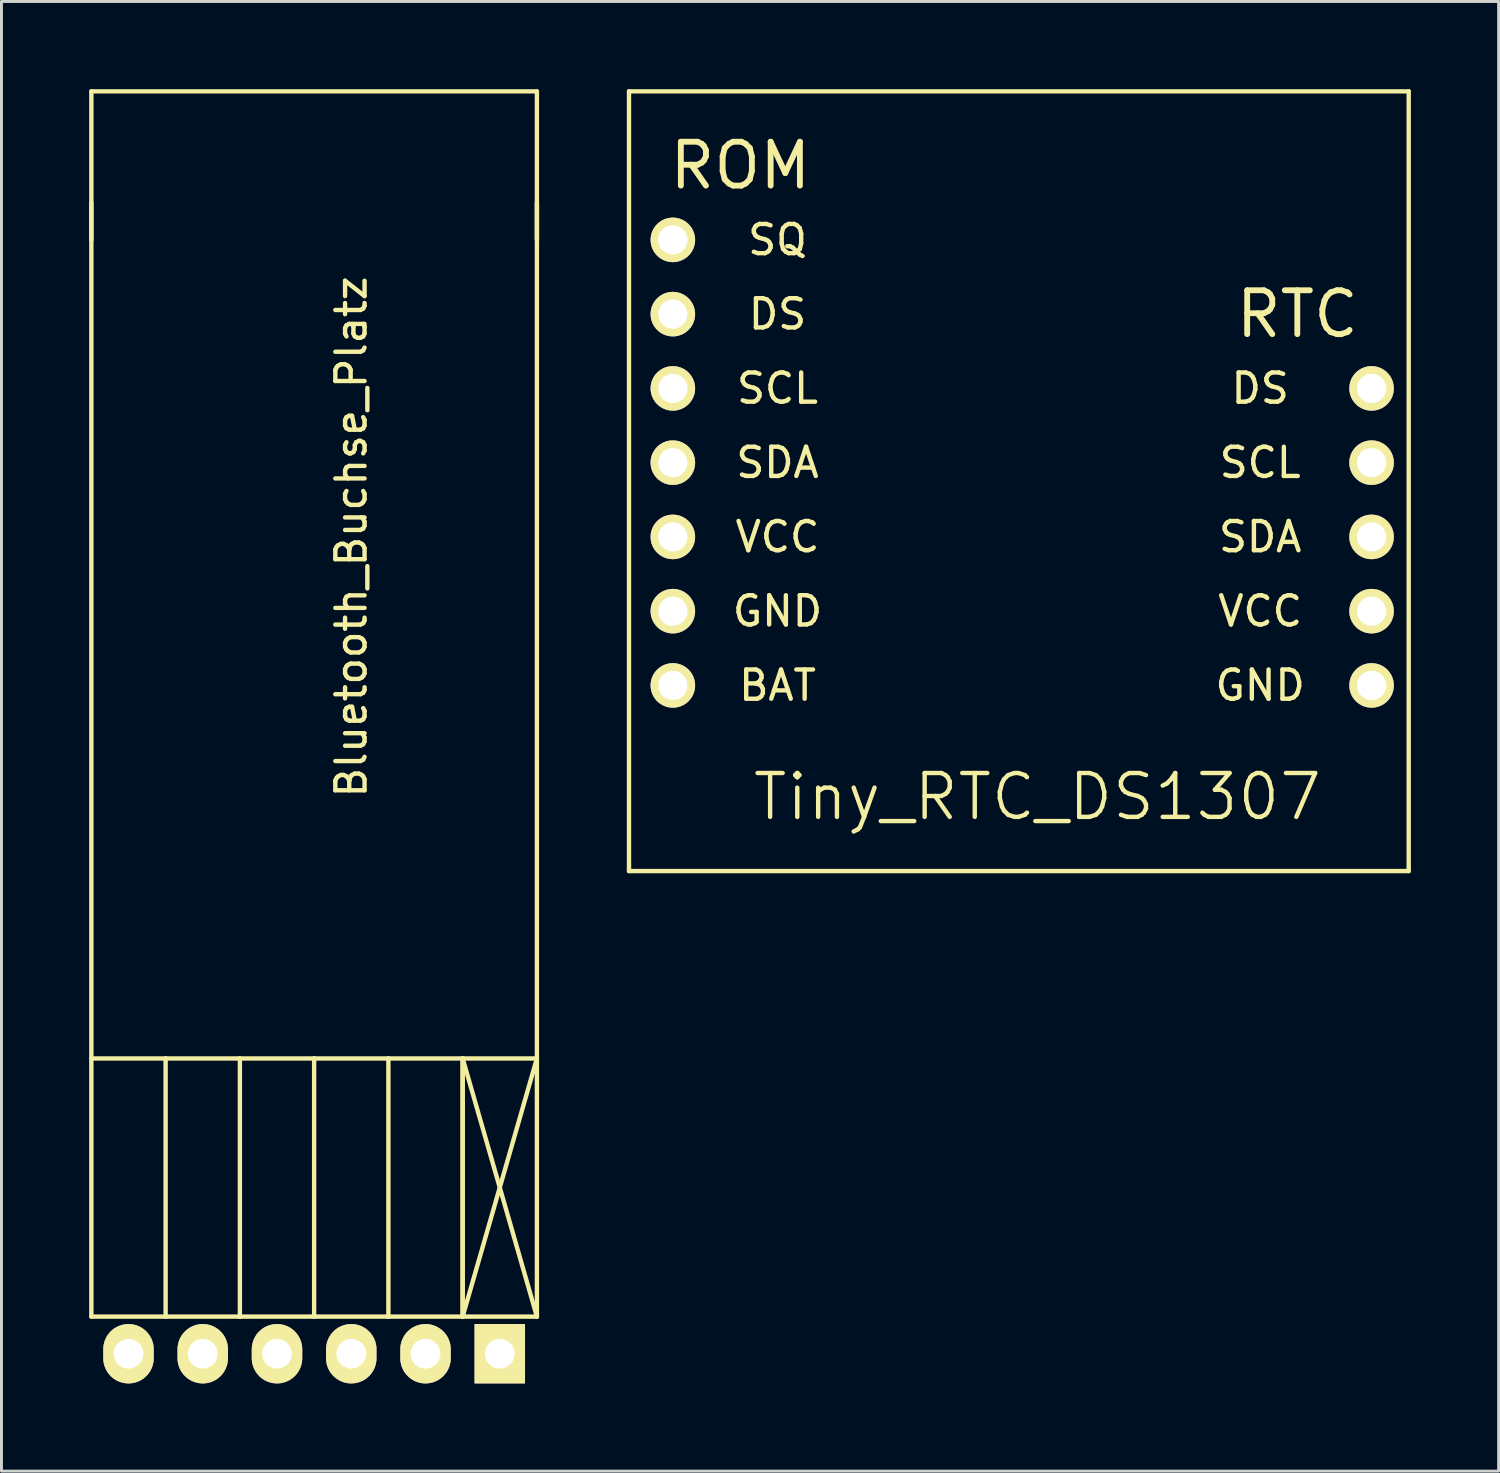
<source format=kicad_pcb>
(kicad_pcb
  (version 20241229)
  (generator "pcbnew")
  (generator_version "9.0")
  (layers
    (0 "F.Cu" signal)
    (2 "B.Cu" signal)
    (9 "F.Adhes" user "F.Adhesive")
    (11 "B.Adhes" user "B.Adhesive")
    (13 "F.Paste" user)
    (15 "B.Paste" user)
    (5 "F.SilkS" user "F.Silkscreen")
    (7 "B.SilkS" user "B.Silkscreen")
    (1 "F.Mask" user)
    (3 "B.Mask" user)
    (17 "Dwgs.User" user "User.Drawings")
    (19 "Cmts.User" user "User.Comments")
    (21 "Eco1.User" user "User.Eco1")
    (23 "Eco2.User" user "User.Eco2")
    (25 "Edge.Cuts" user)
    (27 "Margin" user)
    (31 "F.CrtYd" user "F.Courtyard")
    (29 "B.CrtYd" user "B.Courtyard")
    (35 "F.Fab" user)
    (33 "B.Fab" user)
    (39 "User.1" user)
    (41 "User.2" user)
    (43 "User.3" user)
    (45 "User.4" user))
  (footprint "Bluetooth_Buchse_Platz"
    (layer "F.Cu")
    (at 7.695 43.255)
    (property "Reference" "Bluetooth_Buchse_Platz" (at 1.27 -27.94 90) (layer "F.SilkS") (effects (font (size 1 1) (thickness 0.15))))
    (attr through_hole)
    (fp_line (start -7.62 -43.18) (end -7.62 -38.1) (stroke (width 0.15) (type solid)) (layer "F.SilkS"))
    (fp_line (start -7.62 -10.16) (end -7.62 -39.37) (stroke (width 0.15) (type solid)) (layer "F.SilkS"))
    (fp_line (start -7.62 -10.1) (end -7.62 -1.27) (stroke (width 0.15) (type solid)) (layer "F.SilkS"))
    (fp_line (start -5.08 -10.1) (end -7.62 -10.1) (stroke (width 0.15) (type solid)) (layer "F.SilkS"))
    (fp_line (start -5.08 -10.1) (end -5.08 -1.27) (stroke (width 0.15) (type solid)) (layer "F.SilkS"))
    (fp_line (start -5.08 -1.27) (end -7.62 -1.27) (stroke (width 0.15) (type solid)) (layer "F.SilkS"))
    (fp_line (start -2.54 -10.1) (end -5.08 -10.1) (stroke (width 0.15) (type solid)) (layer "F.SilkS"))
    (fp_line (start -2.54 -10.1) (end -2.54 -1.27) (stroke (width 0.15) (type solid)) (layer "F.SilkS"))
    (fp_line (start -2.54 -1.27) (end -5.08 -1.27) (stroke (width 0.15) (type solid)) (layer "F.SilkS"))
    (fp_line (start 0 -10.1) (end -2.54 -10.1) (stroke (width 0.15) (type solid)) (layer "F.SilkS"))
    (fp_line (start 0 -10.1) (end 0 -1.27) (stroke (width 0.15) (type solid)) (layer "F.SilkS"))
    (fp_line (start 0 -1.27) (end -2.54 -1.27) (stroke (width 0.15) (type solid)) (layer "F.SilkS"))
    (fp_line (start 2.54 -10.1) (end 0 -10.1) (stroke (width 0.15) (type solid)) (layer "F.SilkS"))
    (fp_line (start 2.54 -10.1) (end 2.54 -1.27) (stroke (width 0.15) (type solid)) (layer "F.SilkS"))
    (fp_line (start 2.54 -1.27) (end 0 -1.27) (stroke (width 0.15) (type solid)) (layer "F.SilkS"))
    (fp_line (start 5.08 -10.1) (end 2.54 -10.1) (stroke (width 0.15) (type solid)) (layer "F.SilkS"))
    (fp_line (start 5.08 -10.1) (end 5.08 -1.27) (stroke (width 0.15) (type solid)) (layer "F.SilkS"))
    (fp_line (start 5.08 -1.27) (end 2.54 -1.27) (stroke (width 0.15) (type solid)) (layer "F.SilkS"))
    (fp_line (start 5.08 -1.27) (end 5.08 -10.1) (stroke (width 0.15) (type solid)) (layer "F.SilkS"))
    (fp_line (start 7.62 -43.18) (end -7.62 -43.18) (stroke (width 0.15) (type solid)) (layer "F.SilkS"))
    (fp_line (start 7.62 -39.37) (end 7.62 -10.16) (stroke (width 0.15) (type solid)) (layer "F.SilkS"))
    (fp_line (start 7.62 -38.1) (end 7.62 -43.18) (stroke (width 0.15) (type solid)) (layer "F.SilkS"))
    (fp_line (start 7.62 -10.1) (end 5.08 -10.1) (stroke (width 0.15) (type solid)) (layer "F.SilkS"))
    (fp_line (start 7.62 -10.1) (end 5.08 -1.27) (stroke (width 0.15) (type solid)) (layer "F.SilkS"))
    (fp_line (start 7.62 -1.27) (end 5.08 -10.1) (stroke (width 0.15) (type solid)) (layer "F.SilkS"))
    (fp_line (start 7.62 -1.27) (end 5.08 -1.27) (stroke (width 0.15) (type solid)) (layer "F.SilkS"))
    (fp_line (start 7.62 -1.27) (end 7.62 -10.1) (stroke (width 0.15) (type solid)) (layer "F.SilkS"))
    (pad "1" thru_hole rect (at 6.35 0 180) (size 1.727 2.032) (drill 1.016) (layers "*.Cu" "*.Mask" "F.SilkS"))
    (pad "2" thru_hole oval (at 3.81 0 180) (size 1.727 2.032) (drill 1.016) (layers "*.Cu" "*.Mask" "F.SilkS"))
    (pad "3" thru_hole oval (at 1.27 0 180) (size 1.727 2.032) (drill 1.016) (layers "*.Cu" "*.Mask" "F.SilkS"))
    (pad "4" thru_hole oval (at -1.27 0 180) (size 1.727 2.032) (drill 1.016) (layers "*.Cu" "*.Mask" "F.SilkS"))
    (pad "5" thru_hole oval (at -3.81 0 180) (size 1.727 2.032) (drill 1.016) (layers "*.Cu" "*.Mask" "F.SilkS"))
    (pad "6" thru_hole oval (at -6.35 0 180) (size 1.727 2.032) (drill 1.016) (layers "*.Cu" "*.Mask" "F.SilkS")))
  (footprint "Tiny_RTC_DS1307"
    (layer "F.Cu")
    (at 32.435 15.315)
    (property "Reference" "Tiny_RTC_DS1307" (at 0 8.89 0) (layer "F.SilkS") (effects (font (size 1.5 1.5) (thickness 0.15))))
    (attr through_hole)
    (fp_line (start -13.97 -15.24) (end 12.7 -15.24) (stroke (width 0.15) (type solid)) (layer "F.SilkS"))
    (fp_line (start -13.97 11.43) (end -13.97 -15.24) (stroke (width 0.15) (type solid)) (layer "F.SilkS"))
    (fp_line (start 12.7 -15.24) (end 12.7 11.43) (stroke (width 0.15) (type solid)) (layer "F.SilkS"))
    (fp_line (start 12.7 11.43) (end -13.97 11.43) (stroke (width 0.15) (type solid)) (layer "F.SilkS"))
    (fp_text user "ROM" (at -10.16 -12.7 0) (layer "F.SilkS") (effects (font (size 1.5 1.5) (thickness 0.2))))
    (fp_text user "SCL" (at -8.89 -5.08 0) (layer "F.SilkS") (effects (font (size 1 1) (thickness 0.15))))
    (fp_text user "RTC" (at 8.89 -7.62 0) (layer "F.SilkS") (effects (font (size 1.5 1.5) (thickness 0.2))))
    (fp_text user "SCL" (at 7.62 -2.54 0) (layer "F.SilkS") (effects (font (size 1 1) (thickness 0.15))))
    (fp_text user "GND" (at 7.62 5.08 0) (layer "F.SilkS") (effects (font (size 1 1) (thickness 0.15))))
    (fp_text user "SDA" (at -8.89 -2.54 0) (layer "F.SilkS") (effects (font (size 1 1) (thickness 0.15))))
    (fp_text user "GND" (at -8.89 2.54 0) (layer "F.SilkS") (effects (font (size 1 1) (thickness 0.15))))
    (fp_text user "SQ" (at -8.89 -10.16 0) (layer "F.SilkS") (effects (font (size 1 1) (thickness 0.15))))
    (fp_text user "VCC" (at -8.89 0 0) (layer "F.SilkS") (effects (font (size 1 1) (thickness 0.15))))
    (fp_text user "BAT" (at -8.89 5.08 0) (layer "F.SilkS") (effects (font (size 1 1) (thickness 0.15))))
    (fp_text user "SDA" (at 7.62 0 0) (layer "F.SilkS") (effects (font (size 1 1) (thickness 0.15))))
    (fp_text user "DS" (at -8.89 -7.62 0) (layer "F.SilkS") (effects (font (size 1 1) (thickness 0.15))))
    (fp_text user "DS" (at 7.62 -5.08 0) (layer "F.SilkS") (effects (font (size 1 1) (thickness 0.15))))
    (fp_text user "VCC" (at 7.62 2.54 0) (layer "F.SilkS") (effects (font (size 1 1) (thickness 0.15))))
    (pad "1" thru_hole circle (at -12.47 5.08) (size 1.524 1.524) (drill 1) (layers "*.Cu" "*.Mask" "F.SilkS"))
    (pad "2" thru_hole circle (at -12.47 2.54) (size 1.524 1.524) (drill 1) (layers "*.Cu" "*.Mask" "F.SilkS"))
    (pad "3" thru_hole circle (at -12.47 0) (size 1.524 1.524) (drill 1) (layers "*.Cu" "*.Mask" "F.SilkS"))
    (pad "4" thru_hole circle (at -12.47 -2.54) (size 1.524 1.524) (drill 1) (layers "*.Cu" "*.Mask" "F.SilkS"))
    (pad "5" thru_hole circle (at -12.47 -5.08) (size 1.524 1.524) (drill 1) (layers "*.Cu" "*.Mask" "F.SilkS"))
    (pad "6" thru_hole circle (at -12.47 -7.62) (size 1.524 1.524) (drill 1) (layers "*.Cu" "*.Mask" "F.SilkS"))
    (pad "7" thru_hole circle (at -12.47 -10.16) (size 1.524 1.524) (drill 1) (layers "*.Cu" "*.Mask" "F.SilkS"))
    (pad "8" thru_hole circle (at 11.43 5.08) (size 1.524 1.524) (drill 1) (layers "*.Cu" "*.Mask" "F.SilkS"))
    (pad "9" thru_hole circle (at 11.43 2.54) (size 1.524 1.524) (drill 1) (layers "*.Cu" "*.Mask" "F.SilkS"))
    (pad "10" thru_hole circle (at 11.43 0) (size 1.524 1.524) (drill 1) (layers "*.Cu" "*.Mask" "F.SilkS"))
    (pad "11" thru_hole circle (at 11.43 -2.54) (size 1.524 1.524) (drill 1) (layers "*.Cu" "*.Mask" "F.SilkS"))
    (pad "12" thru_hole circle (at 11.43 -5.08) (size 1.524 1.524) (drill 1) (layers "*.Cu" "*.Mask" "F.SilkS")))
  (gr_rect
    (start -3 -3)
    (end 48.21 47.271)
    (stroke (width 0.1) (type default))
    (fill no)
    (layer "Edge.Cuts")))
</source>
